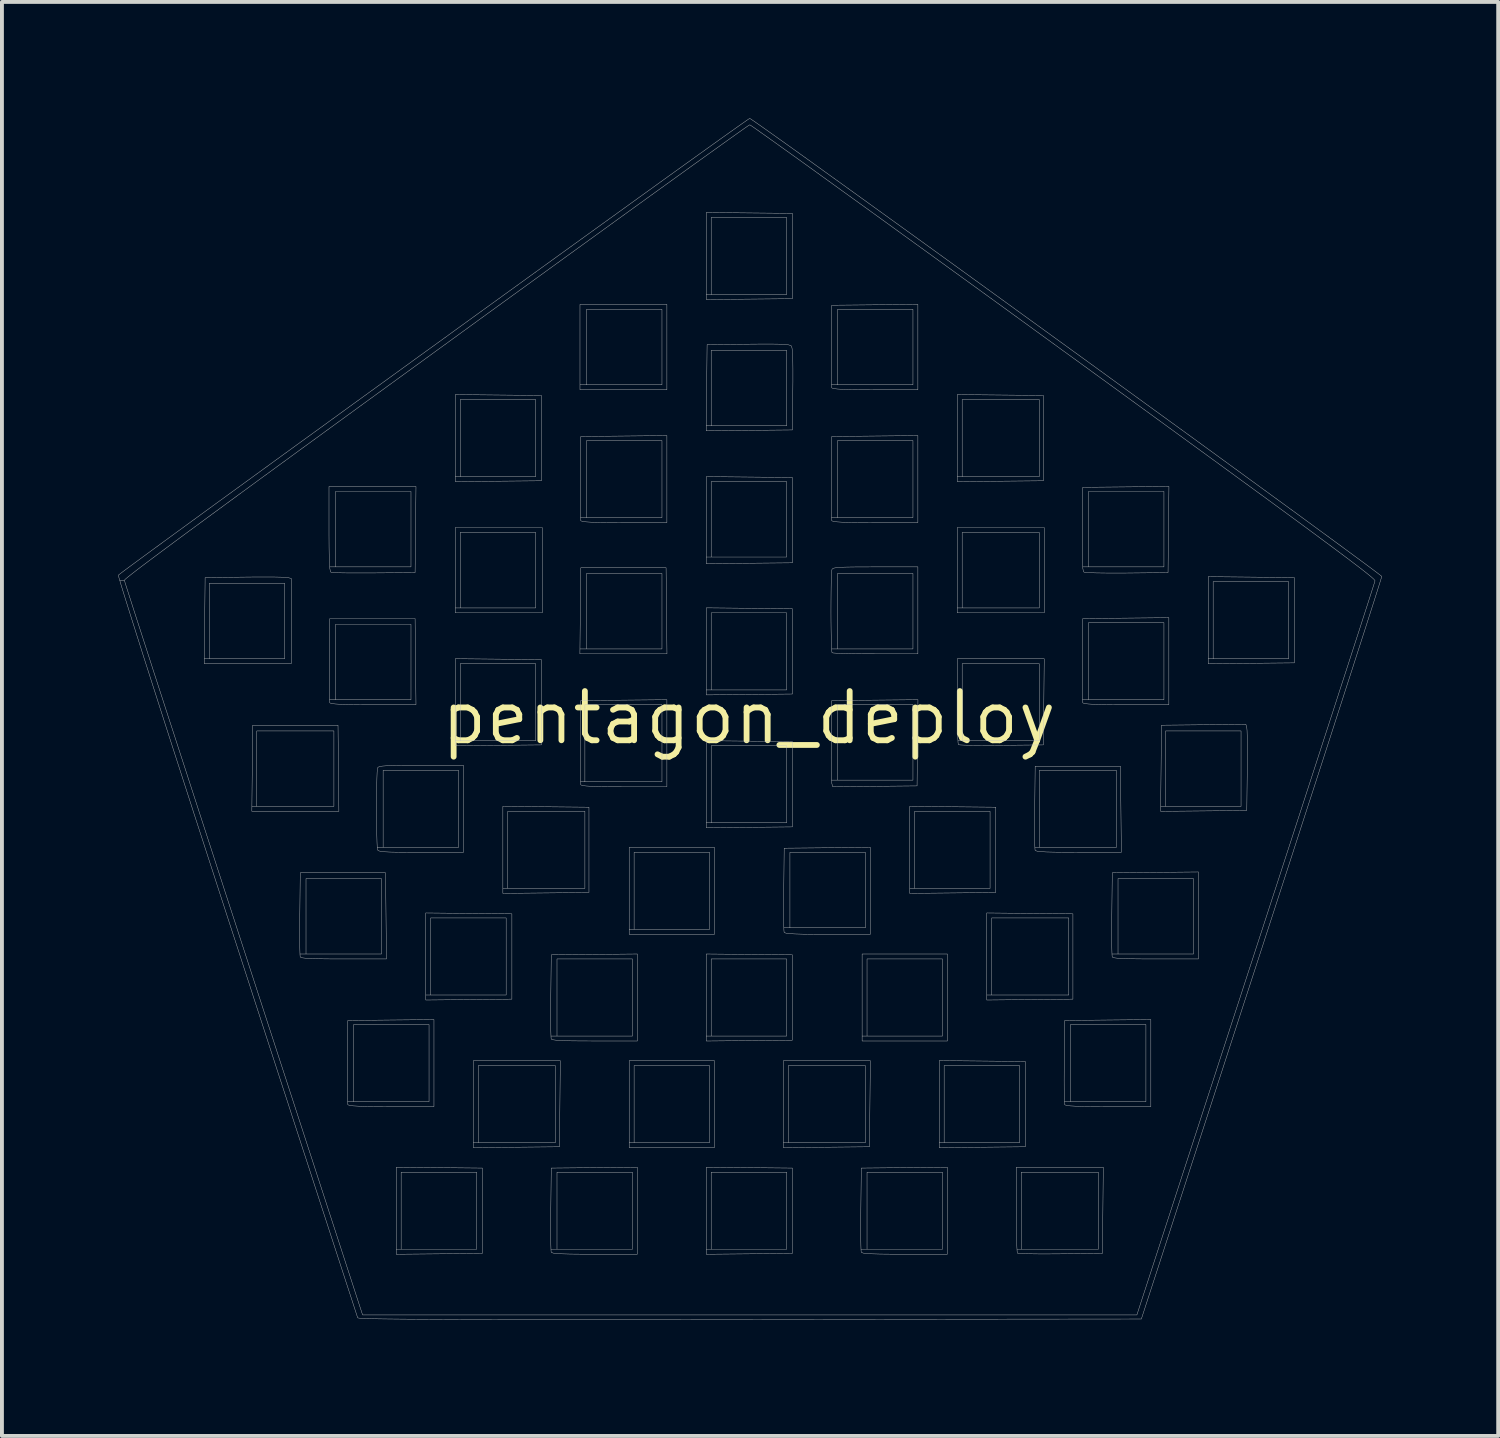
<source format=kicad_pcb>
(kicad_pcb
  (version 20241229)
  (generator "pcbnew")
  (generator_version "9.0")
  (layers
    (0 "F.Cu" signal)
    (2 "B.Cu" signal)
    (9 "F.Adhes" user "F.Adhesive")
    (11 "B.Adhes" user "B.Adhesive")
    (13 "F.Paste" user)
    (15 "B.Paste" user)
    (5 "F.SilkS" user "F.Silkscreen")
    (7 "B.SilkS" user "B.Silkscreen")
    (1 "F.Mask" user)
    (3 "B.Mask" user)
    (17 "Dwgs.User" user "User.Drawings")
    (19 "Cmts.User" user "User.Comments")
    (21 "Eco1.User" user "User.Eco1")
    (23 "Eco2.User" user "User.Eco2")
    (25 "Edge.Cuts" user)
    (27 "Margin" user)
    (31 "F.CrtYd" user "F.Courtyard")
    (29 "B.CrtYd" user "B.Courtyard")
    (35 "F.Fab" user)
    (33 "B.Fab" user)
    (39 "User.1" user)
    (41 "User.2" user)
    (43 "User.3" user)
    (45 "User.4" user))
  (footprint "pentagon_deploy"
    (layer "F.Cu")
    (at 16.277 15.474)
    (property "Reference" "pentagon_deploy" (at 0 0 0) (layer "F.SilkS") (effects (font (size 1.27 1.27) (thickness 0.15))))
    (attr through_hole)
    (fp_poly (pts (xy -6.117 5.059) (xy -6.117 7.26) (xy -8.34 7.283) (xy -8.34 5.165) (xy -8.213 5.165) (xy -8.213 7.154) (xy -6.265 7.154) (xy -6.265 5.165) (xy -8.213 5.165) (xy -8.34 5.165) (xy -8.34 5.036) (xy -6.117 5.059)) (stroke (width 0.01) (type solid)) (fill no) (layer "Dwgs.User"))
    (fp_poly (pts (xy -5.334 -2.709) (xy -7.578 -2.709) (xy -7.578 -4.784) (xy -7.451 -4.784) (xy -7.451 -2.836) (xy -5.503 -2.836) (xy -5.503 -4.784) (xy -7.451 -4.784) (xy -7.578 -4.784) (xy -7.578 -4.911) (xy -5.334 -4.911) (xy -5.334 -2.709)) (stroke (width 0.01) (type solid)) (fill no) (layer "Dwgs.User"))
    (fp_poly (pts (xy -4.889 11.07) (xy -7.112 11.093) (xy -7.112 8.975) (xy -6.985 8.975) (xy -6.985 10.964) (xy -4.995 10.964) (xy -4.995 8.975) (xy -6.985 8.975) (xy -7.112 8.975) (xy -7.112 8.848) (xy -4.867 8.848) (xy -4.889 11.07)) (stroke (width 0.01) (type solid)) (fill no) (layer "Dwgs.User"))
    (fp_poly (pts (xy -2.117 -8.467) (xy -4.36 -8.467) (xy -4.36 -10.541) (xy -4.191 -10.541) (xy -4.191 -8.594) (xy -2.244 -8.594) (xy -2.244 -10.541) (xy -4.191 -10.541) (xy -4.36 -10.541) (xy -4.36 -10.668) (xy -2.117 -10.668) (xy -2.117 -8.467)) (stroke (width 0.01) (type solid)) (fill no) (layer "Dwgs.User"))
    (fp_poly (pts (xy -2.115 -1.651) (xy -4.362 -1.651) (xy -4.341 -3.725) (xy -4.191 -3.725) (xy -4.191 -1.778) (xy -2.244 -1.778) (xy -2.244 -3.725) (xy -4.191 -3.725) (xy -4.341 -3.725) (xy -4.339 -3.873) (xy -2.138 -3.873) (xy -2.115 -1.651)) (stroke (width 0.01) (type solid)) (fill no) (layer "Dwgs.User"))
    (fp_poly (pts (xy -0.889 5.588) (xy -3.09 5.588) (xy -3.09 3.471) (xy -2.963 3.471) (xy -2.963 5.461) (xy -1.016 5.461) (xy -1.016 3.471) (xy -2.963 3.471) (xy -3.09 3.471) (xy -3.09 3.344) (xy -0.889 3.344) (xy -0.889 5.588)) (stroke (width 0.01) (type solid)) (fill no) (layer "Dwgs.User"))
    (fp_poly (pts (xy -0.889 11.091) (xy -3.09 11.091) (xy -3.09 8.975) (xy -2.963 8.975) (xy -2.963 10.964) (xy -1.016 10.964) (xy -1.016 8.975) (xy -2.963 8.975) (xy -3.09 8.975) (xy -3.09 8.848) (xy -0.889 8.848) (xy -0.889 11.091)) (stroke (width 0.01) (type solid)) (fill no) (layer "Dwgs.User"))
    (fp_poly (pts (xy 1.122 -2.815) (xy 1.122 -0.614) (xy -1.101 -0.591) (xy -1.101 -2.709) (xy -0.974 -2.709) (xy -0.974 -0.72) (xy 0.974 -0.72) (xy 0.974 -2.709) (xy -0.974 -2.709) (xy -1.101 -2.709) (xy -1.101 -2.838) (xy 1.122 -2.815)) (stroke (width 0.01) (type solid)) (fill no) (layer "Dwgs.User"))
    (fp_poly (pts (xy 1.122 0.614) (xy 1.122 2.815) (xy -1.101 2.838) (xy -1.101 0.72) (xy -0.974 0.72) (xy -0.974 2.709) (xy 0.974 2.709) (xy 0.974 0.72) (xy -0.974 0.72) (xy -1.101 0.72) (xy -1.101 0.591) (xy 1.122 0.614)) (stroke (width 0.01) (type solid)) (fill no) (layer "Dwgs.User"))
    (fp_poly (pts (xy 3.111 11.07) (xy 0.889 11.093) (xy 0.889 8.975) (xy 1.016 8.975) (xy 1.016 10.964) (xy 3.006 10.964) (xy 3.006 8.975) (xy 1.016 8.975) (xy 0.889 8.975) (xy 0.889 8.848) (xy 3.134 8.848) (xy 3.111 11.07)) (stroke (width 0.01) (type solid)) (fill no) (layer "Dwgs.User"))
    (fp_poly (pts (xy 5.122 8.34) (xy 2.921 8.34) (xy 2.921 6.223) (xy 3.048 6.223) (xy 3.048 8.213) (xy 4.995 8.213) (xy 4.995 6.223) (xy 3.048 6.223) (xy 2.921 6.223) (xy 2.921 6.096) (xy 5.122 6.096) (xy 5.122 8.34)) (stroke (width 0.01) (type solid)) (fill no) (layer "Dwgs.User"))
    (fp_poly (pts (xy 7.133 8.869) (xy 7.133 11.07) (xy 4.911 11.093) (xy 4.911 8.975) (xy 5.038 8.975) (xy 5.038 10.964) (xy 6.985 10.964) (xy 6.985 8.975) (xy 5.038 8.975) (xy 4.911 8.975) (xy 4.911 8.846) (xy 7.133 8.869)) (stroke (width 0.01) (type solid)) (fill no) (layer "Dwgs.User"))
    (fp_poly (pts (xy 7.62 -2.709) (xy 5.376 -2.709) (xy 5.376 -4.784) (xy 5.503 -4.784) (xy 5.503 -2.836) (xy 7.493 -2.836) (xy 7.493 -4.784) (xy 5.503 -4.784) (xy 5.376 -4.784) (xy 5.376 -4.911) (xy 7.62 -4.911) (xy 7.62 -2.709)) (stroke (width 0.01) (type solid)) (fill no) (layer "Dwgs.User"))
    (fp_poly (pts (xy 8.361 5.059) (xy 8.361 7.26) (xy 6.138 7.283) (xy 6.138 5.165) (xy 6.265 5.165) (xy 6.265 7.154) (xy 8.255 7.154) (xy 8.255 5.165) (xy 6.265 5.165) (xy 6.138 5.165) (xy 6.138 5.036) (xy 8.361 5.059)) (stroke (width 0.01) (type solid)) (fill no) (layer "Dwgs.User"))
    (fp_poly (pts (xy -10.582 2.413) (xy -12.828 2.413) (xy -12.817 1.302) (xy -12.807 0.339) (xy -12.7 0.339) (xy -12.7 2.286) (xy -10.71 2.286) (xy -10.71 0.339) (xy -12.7 0.339) (xy -12.807 0.339) (xy -12.806 0.191) (xy -10.604 0.191) (xy -10.582 2.413)) (stroke (width 0.01) (type solid)) (fill no) (layer "Dwgs.User"))
    (fp_poly (pts (xy -6.466 -1.514) (xy -5.355 -1.503) (xy -5.355 0.699) (xy -7.578 0.721) (xy -7.578 -1.397) (xy -7.451 -1.397) (xy -7.451 0.593) (xy -5.503 0.593) (xy -5.503 -1.397) (xy -7.451 -1.397) (xy -7.578 -1.397) (xy -7.578 -1.525) (xy -6.466 -1.514)) (stroke (width 0.01) (type solid)) (fill no) (layer "Dwgs.User"))
    (fp_poly (pts (xy -5.239 2.296) (xy -4.128 2.307) (xy -4.128 4.508) (xy -6.35 4.531) (xy -6.35 2.413) (xy -6.223 2.413) (xy -6.223 4.403) (xy -4.233 4.403) (xy -4.233 2.413) (xy -6.223 2.413) (xy -6.35 2.413) (xy -6.35 2.285) (xy -5.239 2.296)) (stroke (width 0.01) (type solid)) (fill no) (layer "Dwgs.User"))
    (fp_poly (pts (xy 0.011 -6.213) (xy 1.122 -6.202) (xy 1.122 -4) (xy -1.101 -3.978) (xy -1.101 -6.096) (xy -0.974 -6.096) (xy -0.974 -4.149) (xy 0.974 -4.149) (xy 0.974 -6.096) (xy -0.974 -6.096) (xy -1.101 -6.096) (xy -1.101 -6.224) (xy 0.011 -6.213)) (stroke (width 0.01) (type solid)) (fill no) (layer "Dwgs.User"))
    (fp_poly (pts (xy 0.011 6.106) (xy 1.122 6.117) (xy 1.122 8.319) (xy -1.101 8.341) (xy -1.101 6.223) (xy -0.974 6.223) (xy -0.974 8.213) (xy 0.974 8.213) (xy 0.974 6.223) (xy -0.974 6.223) (xy -1.101 6.223) (xy -1.101 6.095) (xy 0.011 6.106)) (stroke (width 0.01) (type solid)) (fill no) (layer "Dwgs.User"))
    (fp_poly (pts (xy 5.26 2.296) (xy 6.371 2.307) (xy 6.371 4.508) (xy 4.149 4.531) (xy 4.149 2.413) (xy 4.276 2.413) (xy 4.276 4.403) (xy 6.223 4.403) (xy 6.223 2.413) (xy 4.276 2.413) (xy 4.149 2.413) (xy 4.149 2.285) (xy 5.26 2.296)) (stroke (width 0.01) (type solid)) (fill no) (layer "Dwgs.User"))
    (fp_poly (pts (xy -7.99 11.609) (xy -6.879 11.62) (xy -6.879 13.822) (xy -7.99 13.833) (xy -9.102 13.844) (xy -9.102 11.726) (xy -8.975 11.726) (xy -8.975 13.716) (xy -7.027 13.716) (xy -7.027 11.726) (xy -8.975 11.726) (xy -9.102 11.726) (xy -9.102 11.598) (xy -7.99 11.609)) (stroke (width 0.01) (type solid)) (fill no) (layer "Dwgs.User"))
    (fp_poly (pts (xy -6.466 -8.33) (xy -5.355 -8.319) (xy -5.355 -6.117) (xy -6.466 -6.106) (xy -7.578 -6.095) (xy -7.578 -8.213) (xy -7.451 -8.213) (xy -7.451 -6.223) (xy -5.503 -6.223) (xy -5.503 -8.213) (xy -7.451 -8.213) (xy -7.578 -8.213) (xy -7.578 -8.341) (xy -6.466 -8.33)) (stroke (width 0.01) (type solid)) (fill no) (layer "Dwgs.User"))
    (fp_poly (pts (xy 0.011 -13.029) (xy 1.122 -13.018) (xy 1.122 -10.816) (xy 0.011 -10.805) (xy -1.101 -10.794) (xy -1.101 -12.912) (xy -0.974 -12.912) (xy -0.974 -10.922) (xy 0.974 -10.922) (xy 0.974 -12.912) (xy -0.974 -12.912) (xy -1.101 -12.912) (xy -1.101 -13.04) (xy 0.011 -13.029)) (stroke (width 0.01) (type solid)) (fill no) (layer "Dwgs.User"))
    (fp_poly (pts (xy 0.011 11.609) (xy 1.122 11.62) (xy 1.122 13.822) (xy 0.011 13.833) (xy -1.101 13.844) (xy -1.101 11.726) (xy -0.974 11.726) (xy -0.974 13.716) (xy 0.974 13.716) (xy 0.974 11.726) (xy -0.974 11.726) (xy -1.101 11.726) (xy -1.101 11.598) (xy 0.011 11.609)) (stroke (width 0.01) (type solid)) (fill no) (layer "Dwgs.User"))
    (fp_poly (pts (xy 6.488 -8.33) (xy 7.599 -8.319) (xy 7.599 -6.117) (xy 6.488 -6.106) (xy 5.376 -6.095) (xy 5.376 -8.213) (xy 5.503 -8.213) (xy 5.503 -6.223) (xy 7.493 -6.223) (xy 7.493 -8.213) (xy 5.503 -8.213) (xy 5.376 -8.213) (xy 5.376 -8.341) (xy 6.488 -8.33)) (stroke (width 0.01) (type solid)) (fill no) (layer "Dwgs.User"))
    (fp_poly (pts (xy 12.965 -3.631) (xy 14.076 -3.619) (xy 14.076 -1.418) (xy 12.965 -1.407) (xy 11.853 -1.396) (xy 11.853 -3.514) (xy 11.98 -3.514) (xy 11.98 -1.524) (xy 13.928 -1.524) (xy 13.928 -3.514) (xy 11.98 -3.514) (xy 11.853 -3.514) (xy 11.853 -3.642) (xy 12.965 -3.631)) (stroke (width 0.01) (type solid)) (fill no) (layer "Dwgs.User"))
    (fp_poly (pts (xy -12.233 -3.633) (xy -12.055 -3.629) (xy -11.94 -3.624) (xy -11.906 -3.62) (xy -11.811 -3.597) (xy -11.811 -1.397) (xy -14.056 -1.397) (xy -14.045 -2.508) (xy -14.035 -3.471) (xy -13.928 -3.471) (xy -13.928 -1.524) (xy -11.98 -1.524) (xy -11.98 -3.471) (xy -13.928 -3.471) (xy -14.035 -3.471) (xy -14.034 -3.619) (xy -13.018 -3.631) (xy -12.728 -3.634) (xy -12.462 -3.634) (xy -12.233 -3.633)) (stroke (width 0.01) (type solid)) (fill no) (layer "Dwgs.User"))
    (fp_poly (pts (xy 4.35 0.645) (xy 4.339 1.757) (xy 2.161 1.779) (xy 2.137 1.683) (xy 2.131 1.615) (xy 2.127 1.475) (xy 2.124 1.277) (xy 2.123 1.033) (xy 2.124 0.757) (xy 2.126 0.572) (xy 2.137 -0.339) (xy 2.286 -0.339) (xy 2.286 1.609) (xy 4.233 1.609) (xy 4.233 -0.339) (xy 2.286 -0.339) (xy 2.137 -0.339) (xy 2.138 -0.445) (xy 3.25 -0.456) (xy 4.362 -0.467) (xy 4.35 0.645)) (stroke (width 0.01) (type solid)) (fill no) (layer "Dwgs.User"))
    (fp_poly (pts (xy 12.849 0.264) (xy 12.855 0.332) (xy 12.859 0.472) (xy 12.862 0.67) (xy 12.863 0.914) (xy 12.862 1.19) (xy 12.86 1.376) (xy 12.848 2.392) (xy 11.736 2.403) (xy 10.624 2.414) (xy 10.636 1.302) (xy 10.645 0.339) (xy 10.753 0.339) (xy 10.753 2.286) (xy 12.7 2.286) (xy 12.7 0.339) (xy 10.753 0.339) (xy 10.645 0.339) (xy 10.647 0.191) (xy 12.825 0.168) (xy 12.849 0.264)) (stroke (width 0.01) (type solid)) (fill no) (layer "Dwgs.User"))
    (fp_poly (pts (xy -9.354 6.223) (xy -10.457 6.223) (xy -10.809 6.222) (xy -11.084 6.219) (xy -11.291 6.214) (xy -11.435 6.205) (xy -11.527 6.194) (xy -11.572 6.178) (xy -11.58 6.169) (xy -11.585 6.114) (xy -11.589 5.985) (xy -11.592 5.797) (xy -11.592 5.56) (xy -11.591 5.287) (xy -11.59 5.058) (xy -11.58 4.149) (xy -11.43 4.149) (xy -11.43 6.096) (xy -9.483 6.096) (xy -9.483 4.149) (xy -11.43 4.149) (xy -11.58 4.149) (xy -11.578 4) (xy -9.377 4) (xy -9.354 6.223)) (stroke (width 0.01) (type solid)) (fill no) (layer "Dwgs.User"))
    (fp_poly (pts (xy -8.615 -3.747) (xy -9.673 -3.739) (xy -9.966 -3.738) (xy -10.232 -3.738) (xy -10.459 -3.74) (xy -10.635 -3.744) (xy -10.748 -3.748) (xy -10.784 -3.753) (xy -10.801 -3.78) (xy -10.815 -3.852) (xy -10.825 -3.975) (xy -10.831 -4.157) (xy -10.835 -4.406) (xy -10.837 -4.73) (xy -10.837 -4.872) (xy -10.837 -5.842) (xy -10.668 -5.842) (xy -10.668 -3.895) (xy -8.721 -3.895) (xy -8.721 -5.842) (xy -10.668 -5.842) (xy -10.837 -5.842) (xy -10.837 -5.969) (xy -8.592 -5.969) (xy -8.615 -3.747)) (stroke (width 0.01) (type solid)) (fill no) (layer "Dwgs.User"))
    (fp_poly (pts (xy -8.592 -0.339) (xy -9.695 -0.339) (xy -10.047 -0.34) (xy -10.322 -0.343) (xy -10.529 -0.348) (xy -10.673 -0.357) (xy -10.765 -0.368) (xy -10.81 -0.383) (xy -10.818 -0.392) (xy -10.823 -0.448) (xy -10.827 -0.576) (xy -10.83 -0.765) (xy -10.83 -1.002) (xy -10.829 -1.275) (xy -10.828 -1.504) (xy -10.818 -2.413) (xy -10.668 -2.413) (xy -10.668 -0.466) (xy -8.721 -0.466) (xy -8.721 -2.413) (xy -10.668 -2.413) (xy -10.818 -2.413) (xy -10.816 -2.561) (xy -8.615 -2.561) (xy -8.592 -0.339)) (stroke (width 0.01) (type solid)) (fill no) (layer "Dwgs.User"))
    (fp_poly (pts (xy -2.117 -5.038) (xy -3.219 -5.038) (xy -3.571 -5.039) (xy -3.846 -5.042) (xy -4.052 -5.047) (xy -4.197 -5.056) (xy -4.288 -5.067) (xy -4.333 -5.082) (xy -4.341 -5.091) (xy -4.346 -5.147) (xy -4.35 -5.275) (xy -4.353 -5.464) (xy -4.353 -5.701) (xy -4.352 -5.974) (xy -4.351 -6.203) (xy -4.34 -7.154) (xy -4.191 -7.154) (xy -4.191 -5.165) (xy -2.244 -5.165) (xy -2.244 -7.154) (xy -4.191 -7.154) (xy -4.34 -7.154) (xy -4.339 -7.26) (xy -2.117 -7.283) (xy -2.117 -5.038)) (stroke (width 0.01) (type solid)) (fill no) (layer "Dwgs.User"))
    (fp_poly (pts (xy 4.36 -5.038) (xy 3.258 -5.038) (xy 2.906 -5.039) (xy 2.631 -5.042) (xy 2.425 -5.047) (xy 2.28 -5.056) (xy 2.189 -5.067) (xy 2.144 -5.082) (xy 2.136 -5.091) (xy 2.131 -5.147) (xy 2.127 -5.275) (xy 2.124 -5.464) (xy 2.124 -5.701) (xy 2.125 -5.974) (xy 2.126 -6.203) (xy 2.137 -7.154) (xy 2.286 -7.154) (xy 2.286 -5.165) (xy 4.233 -5.165) (xy 4.233 -7.154) (xy 2.286 -7.154) (xy 2.137 -7.154) (xy 2.138 -7.26) (xy 4.36 -7.283) (xy 4.36 -5.038)) (stroke (width 0.01) (type solid)) (fill no) (layer "Dwgs.User"))
    (fp_poly (pts (xy 7.61 -0.413) (xy 7.599 0.699) (xy 6.517 0.71) (xy 6.222 0.712) (xy 5.956 0.711) (xy 5.729 0.709) (xy 5.554 0.705) (xy 5.442 0.699) (xy 5.405 0.692) (xy 5.397 0.644) (xy 5.39 0.522) (xy 5.385 0.339) (xy 5.38 0.106) (xy 5.377 -0.166) (xy 5.376 -0.43) (xy 5.376 -1.397) (xy 5.503 -1.397) (xy 5.503 0.593) (xy 7.493 0.593) (xy 7.493 -1.397) (xy 5.503 -1.397) (xy 5.376 -1.397) (xy 5.376 -1.524) (xy 7.621 -1.524) (xy 7.61 -0.413)) (stroke (width 0.01) (type solid)) (fill no) (layer "Dwgs.User"))
    (fp_poly (pts (xy 9.134 12.711) (xy 9.123 13.822) (xy 8.041 13.833) (xy 7.746 13.835) (xy 7.48 13.835) (xy 7.253 13.832) (xy 7.078 13.828) (xy 6.966 13.822) (xy 6.929 13.815) (xy 6.921 13.767) (xy 6.914 13.645) (xy 6.909 13.462) (xy 6.904 13.229) (xy 6.901 12.957) (xy 6.9 12.693) (xy 6.9 11.726) (xy 7.027 11.726) (xy 7.027 13.716) (xy 9.017 13.716) (xy 9.017 11.726) (xy 7.027 11.726) (xy 6.9 11.726) (xy 6.9 11.599) (xy 9.145 11.599) (xy 9.134 12.711)) (stroke (width 0.01) (type solid)) (fill no) (layer "Dwgs.User"))
    (fp_poly (pts (xy 9.611 3.471) (xy 8.508 3.471) (xy 8.156 3.47) (xy 7.881 3.467) (xy 7.675 3.462) (xy 7.53 3.453) (xy 7.439 3.442) (xy 7.393 3.427) (xy 7.385 3.418) (xy 7.38 3.362) (xy 7.376 3.234) (xy 7.374 3.045) (xy 7.373 2.808) (xy 7.374 2.535) (xy 7.376 2.306) (xy 7.386 1.355) (xy 7.493 1.355) (xy 7.493 3.344) (xy 9.483 3.344) (xy 9.483 1.355) (xy 7.493 1.355) (xy 7.386 1.355) (xy 7.387 1.249) (xy 9.588 1.249) (xy 9.611 3.471)) (stroke (width 0.01) (type solid)) (fill no) (layer "Dwgs.User"))
    (fp_poly (pts (xy 10.837 -0.339) (xy 9.735 -0.339) (xy 9.383 -0.34) (xy 9.108 -0.343) (xy 8.902 -0.348) (xy 8.757 -0.357) (xy 8.666 -0.368) (xy 8.621 -0.383) (xy 8.613 -0.392) (xy 8.608 -0.448) (xy 8.604 -0.576) (xy 8.601 -0.765) (xy 8.601 -1.002) (xy 8.602 -1.275) (xy 8.603 -1.504) (xy 8.614 -2.455) (xy 8.763 -2.455) (xy 8.763 -0.466) (xy 10.71 -0.466) (xy 10.71 -2.455) (xy 8.763 -2.455) (xy 8.614 -2.455) (xy 8.615 -2.561) (xy 10.837 -2.584) (xy 10.837 -0.339)) (stroke (width 0.01) (type solid)) (fill no) (layer "Dwgs.User"))
    (fp_poly (pts (xy -8.128 10.033) (xy -9.23 10.033) (xy -9.582 10.032) (xy -9.857 10.029) (xy -10.063 10.023) (xy -10.208 10.015) (xy -10.299 10.004) (xy -10.345 9.988) (xy -10.353 9.979) (xy -10.358 9.924) (xy -10.362 9.795) (xy -10.364 9.607) (xy -10.365 9.37) (xy -10.364 9.097) (xy -10.362 8.868) (xy -10.352 7.916) (xy -10.202 7.916) (xy -10.202 9.906) (xy -8.255 9.906) (xy -8.255 7.916) (xy -10.202 7.916) (xy -10.352 7.916) (xy -10.351 7.811) (xy -9.239 7.799) (xy -8.128 7.788) (xy -8.128 10.033)) (stroke (width 0.01) (type solid)) (fill no) (layer "Dwgs.User"))
    (fp_poly (pts (xy -2.879 8.34) (xy -3.981 8.34) (xy -4.333 8.339) (xy -4.608 8.336) (xy -4.814 8.33) (xy -4.959 8.322) (xy -5.05 8.31) (xy -5.095 8.295) (xy -5.103 8.286) (xy -5.108 8.23) (xy -5.112 8.102) (xy -5.115 7.914) (xy -5.115 7.677) (xy -5.114 7.404) (xy -5.113 7.175) (xy -5.102 6.223) (xy -4.953 6.223) (xy -4.953 8.213) (xy -3.006 8.213) (xy -3.006 6.223) (xy -4.953 6.223) (xy -5.102 6.223) (xy -5.101 6.117) (xy -3.99 6.106) (xy -2.879 6.095) (xy -2.879 8.34)) (stroke (width 0.01) (type solid)) (fill no) (layer "Dwgs.User"))
    (fp_poly (pts (xy -2.879 13.843) (xy -3.981 13.843) (xy -4.333 13.842) (xy -4.608 13.839) (xy -4.814 13.833) (xy -4.959 13.825) (xy -5.05 13.814) (xy -5.095 13.798) (xy -5.103 13.789) (xy -5.108 13.734) (xy -5.112 13.605) (xy -5.115 13.417) (xy -5.115 13.18) (xy -5.114 12.907) (xy -5.113 12.678) (xy -5.102 11.726) (xy -4.953 11.726) (xy -4.953 13.716) (xy -3.006 13.716) (xy -3.006 11.726) (xy -4.953 11.726) (xy -5.102 11.726) (xy -5.101 11.62) (xy -3.99 11.609) (xy -2.879 11.598) (xy -2.879 13.843)) (stroke (width 0.01) (type solid)) (fill no) (layer "Dwgs.User"))
    (fp_poly (pts (xy -2.117 1.778) (xy -3.219 1.778) (xy -3.571 1.777) (xy -3.846 1.774) (xy -4.052 1.768) (xy -4.197 1.76) (xy -4.288 1.749) (xy -4.333 1.733) (xy -4.341 1.724) (xy -4.346 1.669) (xy -4.35 1.54) (xy -4.353 1.352) (xy -4.353 1.115) (xy -4.352 0.842) (xy -4.351 0.613) (xy -4.34 -0.339) (xy -4.233 -0.339) (xy -4.233 1.651) (xy -2.244 1.651) (xy -2.244 -0.339) (xy -4.233 -0.339) (xy -4.34 -0.339) (xy -4.339 -0.445) (xy -3.228 -0.456) (xy -2.117 -0.467) (xy -2.117 1.778)) (stroke (width 0.01) (type solid)) (fill no) (layer "Dwgs.User"))
    (fp_poly (pts (xy 3.133 5.588) (xy 2.031 5.588) (xy 1.679 5.587) (xy 1.404 5.584) (xy 1.197 5.578) (xy 1.053 5.57) (xy 0.962 5.559) (xy 0.916 5.543) (xy 0.908 5.534) (xy 0.903 5.479) (xy 0.899 5.35) (xy 0.897 5.162) (xy 0.896 4.925) (xy 0.897 4.652) (xy 0.899 4.423) (xy 0.909 3.471) (xy 1.058 3.471) (xy 1.058 5.419) (xy 3.006 5.419) (xy 3.006 3.471) (xy 1.058 3.471) (xy 0.909 3.471) (xy 0.91 3.365) (xy 2.021 3.354) (xy 3.133 3.343) (xy 3.133 5.588)) (stroke (width 0.01) (type solid)) (fill no) (layer "Dwgs.User"))
    (fp_poly (pts (xy 4.36 -8.467) (xy 3.258 -8.467) (xy 2.906 -8.468) (xy 2.631 -8.471) (xy 2.425 -8.476) (xy 2.281 -8.485) (xy 2.189 -8.496) (xy 2.144 -8.511) (xy 2.136 -8.52) (xy 2.13 -8.576) (xy 2.127 -8.704) (xy 2.124 -8.893) (xy 2.124 -9.129) (xy 2.125 -9.401) (xy 2.126 -9.61) (xy 2.137 -10.541) (xy 2.286 -10.541) (xy 2.286 -8.594) (xy 4.233 -8.594) (xy 4.233 -10.541) (xy 2.286 -10.541) (xy 2.137 -10.541) (xy 2.138 -10.647) (xy 3.249 -10.658) (xy 4.36 -10.669) (xy 4.36 -8.467)) (stroke (width 0.01) (type solid)) (fill no) (layer "Dwgs.User"))
    (fp_poly (pts (xy 5.122 13.843) (xy 4.02 13.843) (xy 3.668 13.842) (xy 3.393 13.839) (xy 3.187 13.833) (xy 3.042 13.825) (xy 2.951 13.814) (xy 2.906 13.798) (xy 2.898 13.789) (xy 2.893 13.734) (xy 2.889 13.605) (xy 2.886 13.417) (xy 2.886 13.18) (xy 2.887 12.907) (xy 2.888 12.678) (xy 2.899 11.726) (xy 3.048 11.726) (xy 3.048 13.716) (xy 4.995 13.716) (xy 4.995 11.726) (xy 3.048 11.726) (xy 2.899 11.726) (xy 2.9 11.62) (xy 4.011 11.609) (xy 5.122 11.598) (xy 5.122 13.843)) (stroke (width 0.01) (type solid)) (fill no) (layer "Dwgs.User"))
    (fp_poly (pts (xy 10.372 10.033) (xy 9.27 10.033) (xy 8.918 10.032) (xy 8.643 10.029) (xy 8.436 10.023) (xy 8.292 10.015) (xy 8.201 10.004) (xy 8.155 9.988) (xy 8.147 9.979) (xy 8.142 9.924) (xy 8.138 9.795) (xy 8.136 9.607) (xy 8.135 9.37) (xy 8.136 9.097) (xy 8.138 8.868) (xy 8.148 7.916) (xy 8.297 7.916) (xy 8.297 9.906) (xy 10.245 9.906) (xy 10.245 7.916) (xy 8.297 7.916) (xy 8.148 7.916) (xy 8.149 7.811) (xy 9.26 7.799) (xy 10.372 7.788) (xy 10.372 10.033)) (stroke (width 0.01) (type solid)) (fill no) (layer "Dwgs.User"))
    (fp_poly (pts (xy 11.599 6.223) (xy 10.497 6.223) (xy 10.145 6.222) (xy 9.87 6.219) (xy 9.664 6.213) (xy 9.519 6.205) (xy 9.428 6.194) (xy 9.383 6.178) (xy 9.375 6.169) (xy 9.37 6.114) (xy 9.366 5.985) (xy 9.363 5.797) (xy 9.363 5.56) (xy 9.364 5.287) (xy 9.365 5.058) (xy 9.375 4.149) (xy 9.525 4.149) (xy 9.525 6.096) (xy 11.472 6.096) (xy 11.472 4.149) (xy 9.525 4.149) (xy 9.375 4.149) (xy 9.377 4) (xy 10.488 3.989) (xy 11.599 3.978) (xy 11.599 6.223)) (stroke (width 0.01) (type solid)) (fill no) (layer "Dwgs.User"))
    (fp_poly (pts (xy 0.784 -9.642) (xy 0.925 -9.636) (xy 1.018 -9.625) (xy 1.072 -9.611) (xy 1.096 -9.595) (xy 1.112 -9.543) (xy 1.124 -9.431) (xy 1.132 -9.253) (xy 1.135 -9.004) (xy 1.135 -8.678) (xy 1.133 -8.483) (xy 1.122 -7.429) (xy 0.01 -7.418) (xy -1.102 -7.407) (xy -1.091 -8.519) (xy -1.081 -9.483) (xy -0.974 -9.483) (xy -0.974 -7.535) (xy 0.974 -7.535) (xy 0.974 -9.483) (xy -0.974 -9.483) (xy -1.081 -9.483) (xy -1.079 -9.631) (xy -0.016 -9.642) (xy 0.323 -9.645) (xy 0.586 -9.645) (xy 0.784 -9.642)) (stroke (width 0.01) (type solid)) (fill no) (layer "Dwgs.User"))
    (fp_poly (pts (xy 10.827 -4.858) (xy 10.816 -3.747) (xy 9.758 -3.736) (xy 9.465 -3.735) (xy 9.199 -3.736) (xy 8.972 -3.739) (xy 8.795 -3.745) (xy 8.682 -3.753) (xy 8.646 -3.76) (xy 8.629 -3.79) (xy 8.616 -3.861) (xy 8.607 -3.981) (xy 8.602 -4.158) (xy 8.601 -4.4) (xy 8.602 -4.715) (xy 8.604 -4.871) (xy 8.614 -5.842) (xy 8.763 -5.842) (xy 8.763 -3.895) (xy 10.71 -3.895) (xy 10.71 -5.842) (xy 8.763 -5.842) (xy 8.614 -5.842) (xy 8.615 -5.948) (xy 9.727 -5.959) (xy 10.839 -5.97) (xy 10.827 -4.858)) (stroke (width 0.01) (type solid)) (fill no) (layer "Dwgs.User"))
    (fp_poly (pts (xy 4.36 -1.651) (xy 3.267 -1.651) (xy 2.971 -1.652) (xy 2.703 -1.655) (xy 2.475 -1.66) (xy 2.298 -1.665) (xy 2.184 -1.672) (xy 2.145 -1.679) (xy 2.137 -1.728) (xy 2.13 -1.848) (xy 2.125 -2.024) (xy 2.121 -2.242) (xy 2.118 -2.489) (xy 2.117 -2.75) (xy 2.118 -3.012) (xy 2.12 -3.259) (xy 2.123 -3.479) (xy 2.129 -3.657) (xy 2.132 -3.725) (xy 2.286 -3.725) (xy 2.286 -1.778) (xy 4.233 -1.778) (xy 4.233 -3.725) (xy 2.286 -3.725) (xy 2.132 -3.725) (xy 2.135 -3.778) (xy 2.142 -3.828) (xy 2.159 -3.848) (xy 2.197 -3.864) (xy 2.266 -3.876) (xy 2.375 -3.885) (xy 2.535 -3.89) (xy 2.754 -3.893) (xy 3.042 -3.894) (xy 3.264 -3.895) (xy 4.36 -3.895) (xy 4.36 -1.651)) (stroke (width 0.01) (type solid)) (fill no) (layer "Dwgs.User"))
    (fp_poly (pts (xy -7.366 3.471) (xy -8.462 3.471) (xy -8.799 3.471) (xy -9.061 3.469) (xy -9.257 3.465) (xy -9.397 3.458) (xy -9.49 3.449) (xy -9.547 3.435) (xy -9.576 3.418) (xy -9.584 3.404) (xy -9.592 3.342) (xy -9.598 3.209) (xy -9.603 3.021) (xy -9.607 2.793) (xy -9.609 2.54) (xy -9.609 2.276) (xy -9.608 2.016) (xy -9.605 1.775) (xy -9.601 1.567) (xy -9.595 1.408) (xy -9.591 1.355) (xy -9.44 1.355) (xy -9.44 3.344) (xy -7.493 3.344) (xy -7.493 1.355) (xy -9.44 1.355) (xy -9.591 1.355) (xy -9.588 1.313) (xy -9.584 1.295) (xy -9.568 1.274) (xy -9.53 1.258) (xy -9.461 1.246) (xy -9.351 1.238) (xy -9.191 1.232) (xy -8.972 1.229) (xy -8.684 1.228) (xy -8.462 1.228) (xy -7.366 1.228) (xy -7.366 3.471)) (stroke (width 0.01) (type solid)) (fill no) (layer "Dwgs.User"))
    (fp_poly (pts (xy 0.061 -15.444) (xy 0.166 -15.372) (xy 0.332 -15.256) (xy 0.555 -15.098) (xy 0.832 -14.901) (xy 1.16 -14.667) (xy 1.534 -14.399) (xy 1.95 -14.099) (xy 2.407 -13.771) (xy 2.898 -13.417) (xy 3.422 -13.039) (xy 3.974 -12.641) (xy 4.551 -12.225) (xy 5.149 -11.793) (xy 5.764 -11.348) (xy 6.393 -10.893) (xy 7.032 -10.43) (xy 7.677 -9.963) (xy 8.326 -9.493) (xy 8.973 -9.024) (xy 9.616 -8.557) (xy 10.251 -8.096) (xy 10.874 -7.644) (xy 11.482 -7.203) (xy 12.07 -6.775) (xy 12.636 -6.363) (xy 13.175 -5.97) (xy 13.685 -5.599) (xy 14.161 -5.252) (xy 14.599 -4.931) (xy 14.997 -4.64) (xy 15.35 -4.381) (xy 15.654 -4.157) (xy 15.907 -3.971) (xy 16.104 -3.824) (xy 16.242 -3.72) (xy 16.318 -3.661) (xy 16.331 -3.648) (xy 16.319 -3.606) (xy 16.282 -3.486) (xy 16.221 -3.292) (xy 16.138 -3.029) (xy 16.032 -2.699) (xy 15.907 -2.307) (xy 15.761 -1.855) (xy 15.598 -1.347) (xy 15.417 -0.786) (xy 15.22 -0.177) (xy 15.009 0.478) (xy 14.784 1.175) (xy 14.546 1.909) (xy 14.296 2.679) (xy 14.037 3.48) (xy 13.768 4.309) (xy 13.491 5.162) (xy 13.235 5.951) (xy 10.127 15.515) (xy 0.024 15.526) (xy -1.105 15.527) (xy -2.152 15.528) (xy -3.121 15.528) (xy -4.012 15.529) (xy -4.83 15.529) (xy -5.577 15.529) (xy -6.255 15.528) (xy -6.868 15.527) (xy -7.418 15.526) (xy -7.907 15.524) (xy -8.34 15.522) (xy -8.717 15.52) (xy -9.042 15.517) (xy -9.318 15.514) (xy -9.547 15.511) (xy -9.733 15.507) (xy -9.877 15.503) (xy -9.982 15.498) (xy -10.052 15.493) (xy -10.089 15.487) (xy -10.096 15.484) (xy -10.111 15.439) (xy -10.151 15.317) (xy -10.214 15.122) (xy -10.3 14.857) (xy -10.408 14.526) (xy -10.536 14.132) (xy -10.684 13.678) (xy -10.849 13.169) (xy -11.032 12.607) (xy -11.23 11.996) (xy -11.443 11.34) (xy -11.67 10.643) (xy -11.908 9.907) (xy -12.159 9.137) (xy -12.419 8.335) (xy -12.688 7.506) (xy -12.965 6.653) (xy -13.212 5.892) (xy -13.51 4.976) (xy -13.797 4.089) (xy -14.074 3.233) (xy -14.34 2.412) (xy -14.592 1.628) (xy -14.831 0.886) (xy -15.056 0.188) (xy -15.264 -0.463) (xy -15.456 -1.063) (xy -15.631 -1.61) (xy -15.786 -2.1) (xy -15.922 -2.53) (xy -16.037 -2.896) (xy -16.131 -3.197) (xy -16.202 -3.428) (xy -16.237 -3.549) (xy -16.118 -3.549) (xy -16.118 -3.549) (xy -16.104 -3.503) (xy -16.065 -3.379) (xy -16.002 -3.183) (xy -15.917 -2.916) (xy -15.81 -2.584) (xy -15.682 -2.188) (xy -15.535 -1.734) (xy -15.371 -1.223) (xy -15.189 -0.661) (xy -14.991 -0.05) (xy -14.778 0.606) (xy -14.552 1.303) (xy -14.314 2.038) (xy -14.064 2.808) (xy -13.804 3.608) (xy -13.536 4.436) (xy -13.259 5.287) (xy -13.039 5.966) (xy -9.97 15.409) (xy 10.012 15.409) (xy 13.077 5.98) (xy 13.359 5.113) (xy 13.634 4.267) (xy 13.9 3.446) (xy 14.158 2.652) (xy 14.405 1.89) (xy 14.641 1.163) (xy 14.864 0.474) (xy 15.074 -0.172) (xy 15.268 -0.773) (xy 15.447 -1.325) (xy 15.608 -1.823) (xy 15.751 -2.265) (xy 15.874 -2.648) (xy 15.977 -2.966) (xy 16.057 -3.218) (xy 16.115 -3.399) (xy 16.149 -3.506) (xy 16.157 -3.535) (xy 16.149 -3.551) (xy 16.12 -3.583) (xy 16.066 -3.631) (xy 15.987 -3.697) (xy 15.879 -3.783) (xy 15.74 -3.891) (xy 15.568 -4.022) (xy 15.361 -4.178) (xy 15.116 -4.361) (xy 14.831 -4.572) (xy 14.504 -4.814) (xy 14.132 -5.088) (xy 13.713 -5.395) (xy 13.244 -5.738) (xy 12.724 -6.117) (xy 12.15 -6.536) (xy 11.519 -6.995) (xy 10.83 -7.496) (xy 10.08 -8.042) (xy 9.267 -8.633) (xy 8.388 -9.271) (xy 8.125 -9.461) (xy 7.387 -9.997) (xy 6.667 -10.52) (xy 5.967 -11.027) (xy 5.291 -11.516) (xy 4.642 -11.986) (xy 4.023 -12.433) (xy 3.437 -12.857) (xy 2.887 -13.254) (xy 2.375 -13.623) (xy 1.906 -13.961) (xy 1.482 -14.267) (xy 1.105 -14.537) (xy 0.779 -14.77) (xy 0.508 -14.964) (xy 0.293 -15.116) (xy 0.139 -15.225) (xy 0.047 -15.288) (xy 0.022 -15.303) (xy -0.017 -15.279) (xy -0.122 -15.207) (xy -0.288 -15.089) (xy -0.515 -14.928) (xy -0.797 -14.726) (xy -1.133 -14.486) (xy -1.52 -14.208) (xy -1.953 -13.896) (xy -2.432 -13.551) (xy -2.951 -13.177) (xy -3.509 -12.774) (xy -4.102 -12.345) (xy -4.727 -11.893) (xy -5.381 -11.419) (xy -6.062 -10.926) (xy -6.766 -10.416) (xy -7.49 -9.89) (xy -8.081 -9.461) (xy -9.048 -8.759) (xy -9.947 -8.106) (xy -10.78 -7.5) (xy -11.548 -6.941) (xy -12.251 -6.428) (xy -12.892 -5.96) (xy -13.471 -5.536) (xy -13.989 -5.156) (xy -14.448 -4.819) (xy -14.848 -4.523) (xy -15.192 -4.268) (xy -15.479 -4.053) (xy -15.712 -3.878) (xy -15.891 -3.74) (xy -16.018 -3.64) (xy -16.093 -3.577) (xy -16.118 -3.549) (xy -16.237 -3.549) (xy -16.249 -3.586) (xy -16.271 -3.669) (xy -16.272 -3.681) (xy -16.222 -3.721) (xy -16.107 -3.808) (xy -15.932 -3.937) (xy -15.7 -4.108) (xy -15.415 -4.317) (xy -15.08 -4.562) (xy -14.699 -4.84) (xy -14.275 -5.149) (xy -13.814 -5.485) (xy -13.317 -5.846) (xy -12.788 -6.23) (xy -12.232 -6.634) (xy -11.652 -7.055) (xy -11.051 -7.49) (xy -10.434 -7.938) (xy -9.803 -8.395) (xy -9.163 -8.858) (xy -8.517 -9.326) (xy -7.869 -9.794) (xy -7.223 -10.262) (xy -6.581 -10.726) (xy -5.948 -11.183) (xy -5.328 -11.631) (xy -4.723 -12.068) (xy -4.139 -12.489) (xy -3.577 -12.894) (xy -3.043 -13.279) (xy -2.539 -13.642) (xy -2.07 -13.98) (xy -1.638 -14.29) (xy -1.248 -14.57) (xy -0.903 -14.817) (xy -0.608 -15.028) (xy -0.364 -15.201) (xy -0.177 -15.333) (xy -0.05 -15.422) (xy 0.014 -15.465) (xy 0.021 -15.469) (xy 0.061 -15.444)) (stroke (width 0.01) (type solid)) (fill no) (layer "Dwgs.User")))
  (gr_rect
    (start -3 -3)
    (end 35.613 34.007)
    (stroke (width 0.1) (type default))
    (fill no)
    (layer "Edge.Cuts")))
</source>
